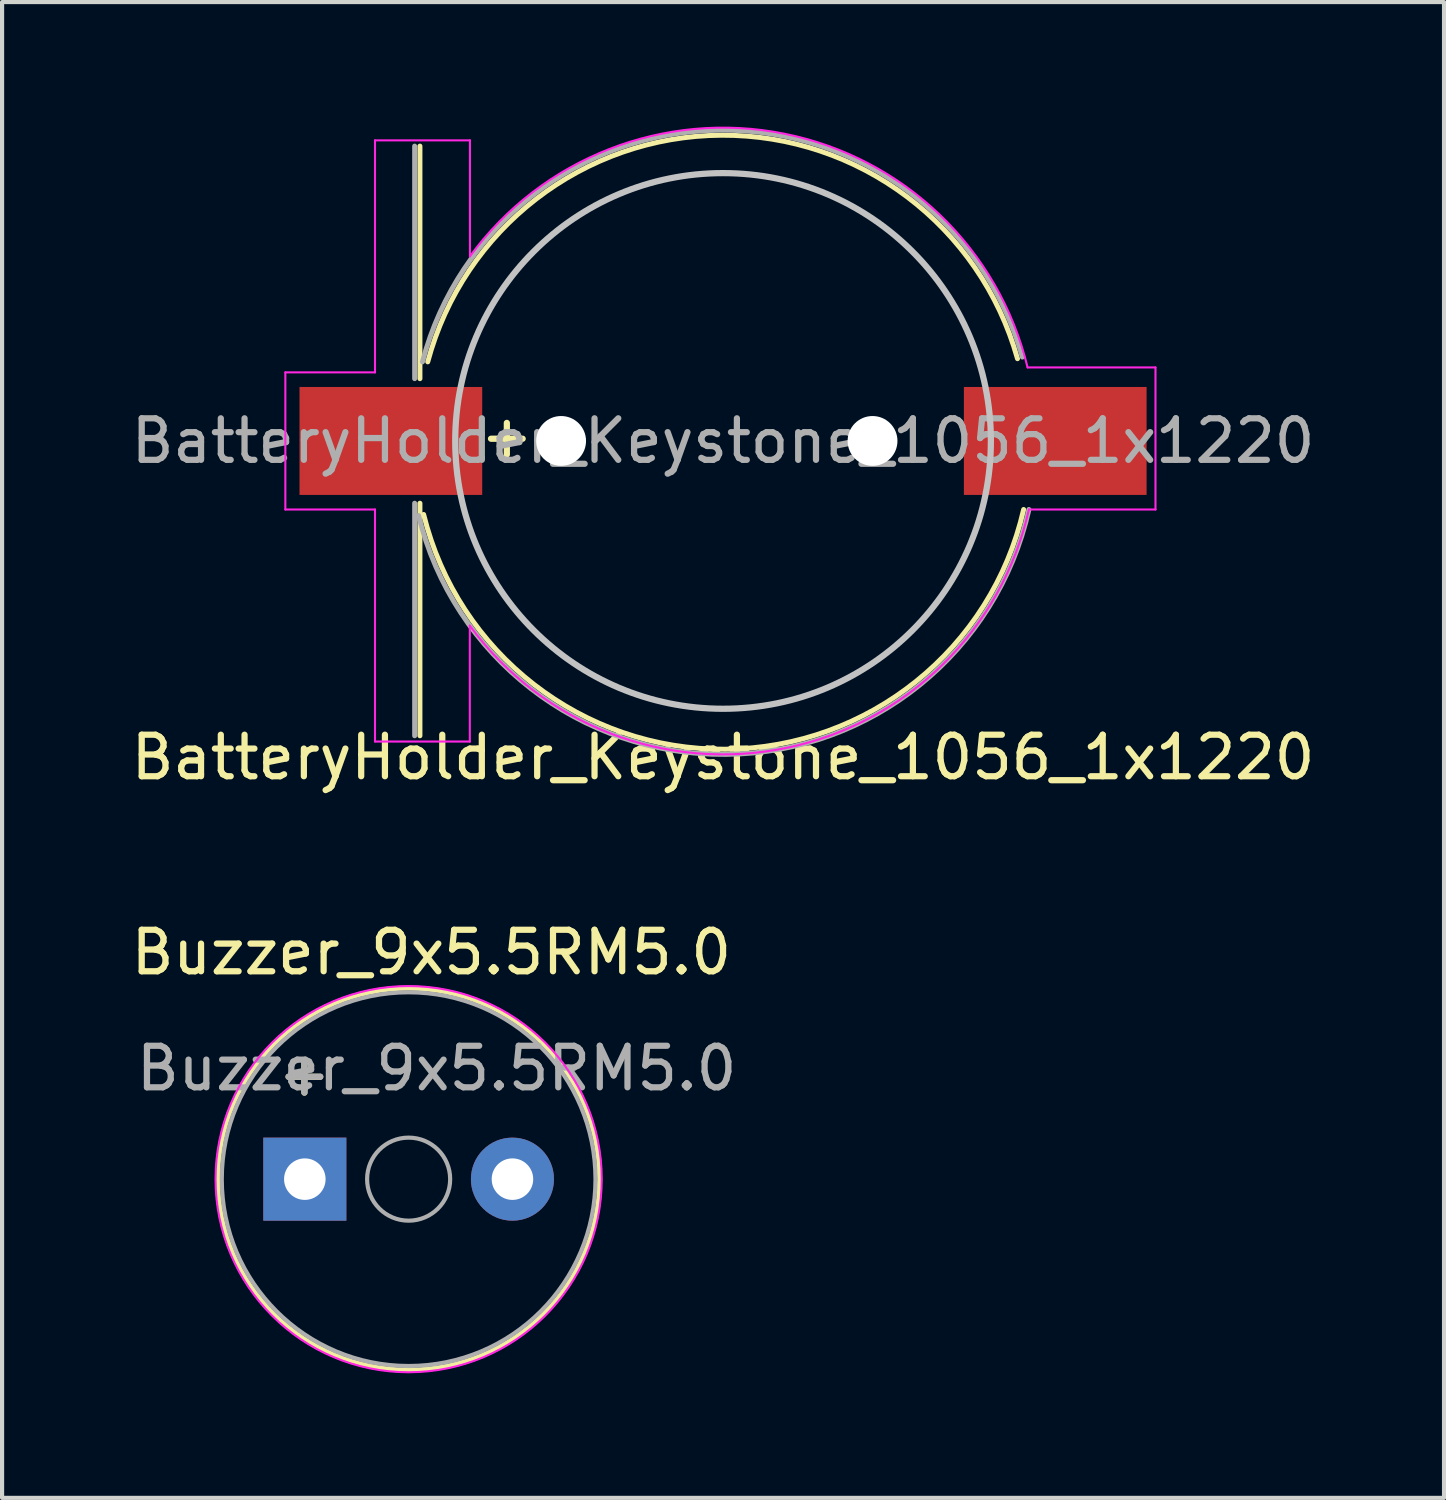
<source format=kicad_pcb>
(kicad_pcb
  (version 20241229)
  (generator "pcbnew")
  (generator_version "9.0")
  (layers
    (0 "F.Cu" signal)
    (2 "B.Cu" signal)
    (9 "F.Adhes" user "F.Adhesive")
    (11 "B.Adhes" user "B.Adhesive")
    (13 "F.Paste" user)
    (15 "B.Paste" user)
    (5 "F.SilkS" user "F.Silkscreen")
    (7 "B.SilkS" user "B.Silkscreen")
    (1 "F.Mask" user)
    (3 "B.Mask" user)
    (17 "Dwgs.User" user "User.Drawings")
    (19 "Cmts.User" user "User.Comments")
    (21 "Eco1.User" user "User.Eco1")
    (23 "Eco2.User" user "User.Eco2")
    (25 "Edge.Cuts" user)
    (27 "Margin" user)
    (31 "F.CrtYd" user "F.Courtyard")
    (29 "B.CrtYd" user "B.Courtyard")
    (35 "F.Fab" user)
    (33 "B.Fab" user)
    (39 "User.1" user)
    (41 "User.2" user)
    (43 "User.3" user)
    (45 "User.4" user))
  (footprint "Buzzer_9x5.5RM5.0"
    (layer "F.Cu")
    (at 4.291 25.347)
    (property "Reference" "Buzzer_9x5.5RM5.0" (at 3.048 -5.461 0) (layer "F.SilkS") (effects (font (size 1 1) (thickness 0.15))))
    (attr through_hole)
    (fp_circle (center 2.5 0) (end 7.1 0) (stroke (width 0.12) (type solid)) (fill no) (layer "F.SilkS"))
    (fp_circle (center 2.5 0) (end 7.15 0) (stroke (width 0.05) (type solid)) (fill no) (layer "F.CrtYd"))
    (fp_circle (center 2.5 0) (end 3.5 0) (stroke (width 0.1) (type solid)) (fill no) (layer "F.Fab"))
    (fp_circle (center 2.5 0) (end 7 0) (stroke (width 0.1) (type solid)) (fill no) (layer "F.Fab"))
    (fp_text user "+" (at -0.01 -2.54 0) (layer "F.SilkS") (effects (font (size 1 1) (thickness 0.15))))
    (fp_text user "${REFERENCE}" (at 3.175 -2.667 0) (layer "F.Fab") (effects (font (size 1 1) (thickness 0.15))))
    (fp_text user "+" (at -0.01 -2.54 0) (layer "F.Fab") (effects (font (size 1 1) (thickness 0.15))))
    (pad "1" thru_hole rect (at 0 0) (size 2 2) (drill 1) (layers "*.Cu" "*.Mask"))
    (pad "2" thru_hole circle (at 5 0) (size 2 2) (drill 1) (layers "*.Cu" "*.Mask")))
  (footprint "BatteryHolder_Keystone_1056_1x1220"
    (layer "F.Cu")
    (at 14.363 7.569)
    (property "Reference" "BatteryHolder_Keystone_1056_1x1220" (at 0 7.62 0) (layer "F.SilkS") (effects (font (size 1 1) (thickness 0.15))))
    (attr smd)
    (fp_line (start -7.3 -7.1) (end -7.3 -1.5) (stroke (width 0.12) (type solid)) (layer "F.SilkS"))
    (fp_line (start -7.3 1.5) (end -7.3 7.1) (stroke (width 0.12) (type solid)) (layer "F.SilkS"))
    (fp_arc (start -7.112 -1.905) (mid -0.039573 -7.362608) (end 7.091111 -1.98134) (stroke (width 0.12) (type solid)) (layer "F.SilkS"))
    (fp_arc (start 7.239 1.651) (mid 0.061669 7.424629) (end -7.210577 1.771019) (stroke (width 0.12) (type solid)) (layer "F.SilkS"))
    (fp_circle (center 0 0) (end 6.45 0) (stroke (width 0.15) (type solid)) (fill no) (layer "Dwgs.User"))
    (fp_line (start -10.541 -1.651) (end -10.541 1.651) (stroke (width 0.05) (type solid)) (layer "F.CrtYd"))
    (fp_line (start -10.541 -1.651) (end -8.382 -1.651) (stroke (width 0.05) (type solid)) (layer "F.CrtYd"))
    (fp_line (start -10.541 1.651) (end -8.382 1.651) (stroke (width 0.05) (type solid)) (layer "F.CrtYd"))
    (fp_line (start -8.382 -7.239) (end -8.382 -1.651) (stroke (width 0.05) (type solid)) (layer "F.CrtYd"))
    (fp_line (start -8.382 -7.239) (end -6.096 -7.239) (stroke (width 0.05) (type solid)) (layer "F.CrtYd"))
    (fp_line (start -8.382 1.651) (end -8.382 7.239) (stroke (width 0.05) (type solid)) (layer "F.CrtYd"))
    (fp_line (start -8.382 7.239) (end -6.096 7.239) (stroke (width 0.05) (type solid)) (layer "F.CrtYd"))
    (fp_line (start -6.099 4.448) (end -6.099 7.242) (stroke (width 0.05) (type solid)) (layer "F.CrtYd"))
    (fp_line (start -6.096 -7.239) (end -6.096 -4.445) (stroke (width 0.05) (type solid)) (layer "F.CrtYd"))
    (fp_line (start 10.414 -1.77) (end 7.334 -1.77) (stroke (width 0.05) (type solid)) (layer "F.CrtYd"))
    (fp_line (start 10.414 1.651) (end 7.366 1.651) (stroke (width 0.05) (type solid)) (layer "F.CrtYd"))
    (fp_line (start 10.414 1.651) (end 10.414 -1.77) (stroke (width 0.05) (type solid)) (layer "F.CrtYd"))
    (fp_arc (start -6.096 -4.445) (mid 1.473654 -7.399161) (end 7.333859 -1.770242) (stroke (width 0.05) (type solid)) (layer "F.CrtYd"))
    (fp_arc (start 7.366 1.651) (mid 1.534979 7.391048) (end -6.099455 4.447516) (stroke (width 0.05) (type solid)) (layer "F.CrtYd"))
    (fp_line (start -7.427 -7.1) (end -7.427 -1.5) (stroke (width 0.12) (type solid)) (layer "F.Fab"))
    (fp_line (start -7.427 1.5) (end -7.427 7.1) (stroke (width 0.12) (type solid)) (layer "F.Fab"))
    (fp_arc (start -7.239 -1.905) (mid -0.059631 -7.485225) (end 7.207731 -2.02009) (stroke (width 0.12) (type solid)) (layer "F.Fab"))
    (fp_arc (start 7.366 1.651) (mid 0.074654 7.548389) (end -7.331906 1.796363) (stroke (width 0.12) (type solid)) (layer "F.Fab"))
    (fp_text user "+" (at -5.207 -0.127 0) (layer "F.SilkS") (effects (font (size 1 1) (thickness 0.15))))
    (fp_text user "${REFERENCE}" (at 0 0 0) (layer "F.Fab") (effects (font (size 1 1) (thickness 0.15))))
    (pad "" np_thru_hole circle (at -3.9 0) (size 1.2 1.2) (drill 1.2) (layers "*.Cu" "*.Mask"))
    (pad "" np_thru_hole circle (at 3.6 0) (size 1.2 1.2) (drill 1.2) (layers "*.Cu" "*.Mask"))
    (pad "1" smd rect (at -8 0) (size 4.4 2.6) (layers "F.Cu" "F.Mask" "F.Paste"))
    (pad "2" smd rect (at 8 0) (size 4.4 2.6) (layers "F.Cu" "F.Mask" "F.Paste")))
  (gr_rect
    (start -3 -3)
    (end 31.726 33.022)
    (stroke (width 0.1) (type default))
    (fill no)
    (layer "Edge.Cuts")))
</source>
